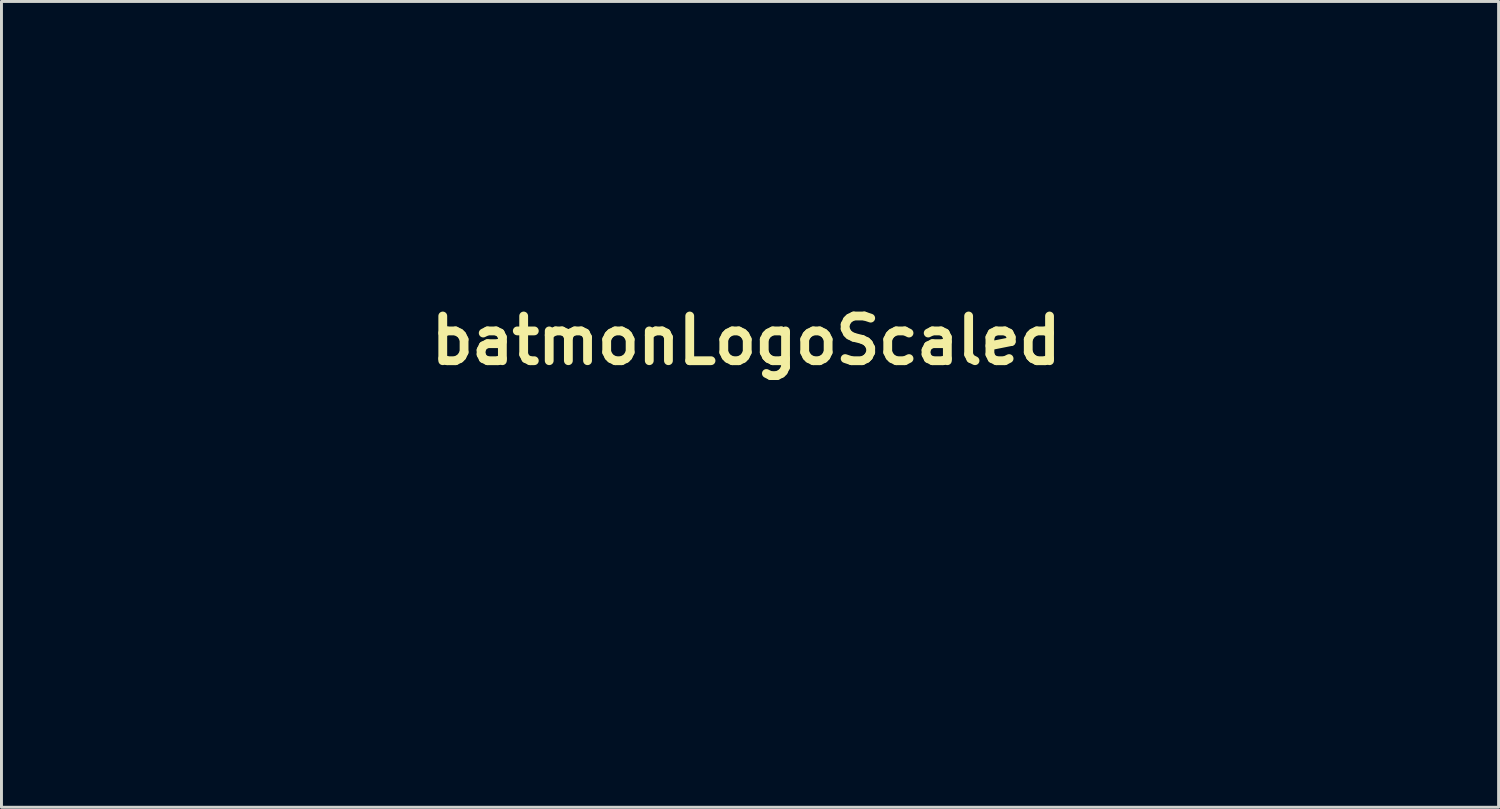
<source format=kicad_pcb>
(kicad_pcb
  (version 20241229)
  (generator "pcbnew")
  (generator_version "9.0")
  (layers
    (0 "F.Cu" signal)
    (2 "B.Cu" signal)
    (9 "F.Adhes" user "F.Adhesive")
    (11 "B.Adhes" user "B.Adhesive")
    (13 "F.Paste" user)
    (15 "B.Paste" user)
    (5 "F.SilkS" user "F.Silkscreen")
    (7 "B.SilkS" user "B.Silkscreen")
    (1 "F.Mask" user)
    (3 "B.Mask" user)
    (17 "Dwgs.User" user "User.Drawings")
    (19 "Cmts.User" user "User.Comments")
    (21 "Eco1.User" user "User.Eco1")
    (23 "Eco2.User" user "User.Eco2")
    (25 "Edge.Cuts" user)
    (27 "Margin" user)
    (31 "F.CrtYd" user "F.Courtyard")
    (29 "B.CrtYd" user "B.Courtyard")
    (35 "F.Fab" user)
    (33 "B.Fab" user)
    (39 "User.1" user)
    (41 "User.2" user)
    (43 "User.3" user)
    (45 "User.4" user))
  (footprint "batmonLogoScaled"
    (layer "F.Cu")
    (at 22.384 8.556)
    (property "Reference" "batmonLogoScaled" (at 0 0 0) (layer "F.SilkS") (effects (font (size 1.524 1.524) (thickness 0.3))))
    (attr through_hole)
    (fp_poly (pts (xy 0.241 12.753) (xy 0.229 12.861) (xy 0.178 12.906) (xy 0.089 12.884) (xy 0.054 12.827) (xy 0.067 12.718) (xy 0.13 12.7) (xy 0.241 12.753)) (stroke (width 0.01) (type solid)) (fill no) (layer "Eco2.User"))
    (fp_poly (pts (xy -3.626 -3.979) (xy -3.022 -3.979) (xy -2.566 -3.97) (xy -2.237 -3.941) (xy -2.016 -3.879) (xy -1.88 -3.773) (xy -1.809 -3.612) (xy -1.782 -3.383) (xy -1.778 -3.074) (xy -1.778 -2.936) (xy -1.778 -2.201) (xy -5.503 -2.201) (xy -5.503 -2.95) (xy -5.503 -3.284) (xy -5.487 -3.537) (xy -5.435 -3.72) (xy -5.326 -3.844) (xy -5.14 -3.92) (xy -4.855 -3.961) (xy -4.452 -3.977) (xy -3.909 -3.979) (xy -3.626 -3.979)) (stroke (width 0.01) (type solid)) (fill no) (layer "Eco2.User"))
    (fp_poly (pts (xy 4.079 -3.979) (xy 4.683 -3.979) (xy 5.139 -3.97) (xy 5.467 -3.941) (xy 5.689 -3.879) (xy 5.825 -3.773) (xy 5.896 -3.612) (xy 5.923 -3.383) (xy 5.927 -3.074) (xy 5.927 -2.936) (xy 5.927 -2.201) (xy 2.201 -2.201) (xy 2.201 -2.95) (xy 2.202 -3.284) (xy 2.218 -3.537) (xy 2.27 -3.72) (xy 2.379 -3.844) (xy 2.565 -3.92) (xy 2.85 -3.961) (xy 3.253 -3.977) (xy 3.796 -3.979) (xy 4.079 -3.979)) (stroke (width 0.01) (type solid)) (fill no) (layer "Eco2.User"))
    (fp_poly (pts (xy 2.821 -8.473) (xy 2.854 -8.259) (xy 2.885 -7.945) (xy 2.907 -7.641) (xy 2.935 -7.202) (xy 2.968 -6.767) (xy 3 -6.4) (xy 3.016 -6.244) (xy 3.072 -5.757) (xy -2.79 -5.757) (xy -2.751 -5.99) (xy -2.729 -6.162) (xy -2.698 -6.461) (xy -2.662 -6.848) (xy -2.624 -7.281) (xy -2.621 -7.322) (xy -2.584 -7.735) (xy -2.548 -8.082) (xy -2.518 -8.332) (xy -2.497 -8.451) (xy -2.494 -8.456) (xy -2.403 -8.447) (xy -2.263 -8.284) (xy -2.071 -7.966) (xy -1.827 -7.491) (xy -1.773 -7.379) (xy -1.593 -7.004) (xy -1.433 -6.67) (xy -1.31 -6.414) (xy -1.247 -6.284) (xy -1.207 -6.212) (xy -1.149 -6.16) (xy -1.047 -6.128) (xy -0.874 -6.11) (xy -0.604 -6.105) (xy -0.21 -6.109) (xy 0.154 -6.115) (xy 0.672 -6.127) (xy 1.043 -6.144) (xy 1.292 -6.168) (xy 1.443 -6.201) (xy 1.518 -6.247) (xy 1.53 -6.265) (xy 1.592 -6.387) (xy 1.711 -6.627) (xy 1.871 -6.952) (xy 2.056 -7.328) (xy 2.073 -7.363) (xy 2.303 -7.825) (xy 2.474 -8.154) (xy 2.599 -8.371) (xy 2.691 -8.494) (xy 2.761 -8.546) (xy 2.792 -8.551) (xy 2.821 -8.473)) (stroke (width 0.01) (type solid)) (fill no) (layer "Eco2.User"))
    (fp_poly (pts (xy -10.099 -7.503) (xy -10.119 -7.417) (xy -10.225 -7.257) (xy -10.269 -7.202) (xy -10.665 -6.606) (xy -10.918 -5.943) (xy -11.032 -5.233) (xy -11.009 -4.497) (xy -10.851 -3.756) (xy -10.561 -3.031) (xy -10.141 -2.344) (xy -9.645 -1.765) (xy -9.059 -1.179) (xy -9.059 8.209) (xy -9.655 7.824) (xy -10.48 7.356) (xy -11.26 7.051) (xy -11.994 6.908) (xy -12.686 6.928) (xy -13.336 7.11) (xy -13.945 7.454) (xy -14.31 7.756) (xy -14.679 8.188) (xy -14.898 8.663) (xy -14.973 9.199) (xy -14.907 9.812) (xy -14.855 10.036) (xy -14.745 10.356) (xy -14.567 10.766) (xy -14.346 11.213) (xy -14.109 11.646) (xy -13.881 12.014) (xy -13.831 12.086) (xy -13.756 12.207) (xy -13.767 12.26) (xy -13.884 12.246) (xy -14.129 12.166) (xy -14.266 12.117) (xy -15.571 11.584) (xy -16.798 10.96) (xy -17.933 10.257) (xy -18.961 9.485) (xy -19.868 8.656) (xy -20.641 7.78) (xy -21.265 6.869) (xy -21.46 6.516) (xy -21.832 5.734) (xy -22.096 5.018) (xy -22.267 4.314) (xy -22.356 3.569) (xy -22.379 2.836) (xy -22.376 2.354) (xy -22.36 1.992) (xy -22.325 1.701) (xy -22.266 1.433) (xy -22.176 1.138) (xy -22.149 1.058) (xy -21.709 0.011) (xy -21.124 -0.96) (xy -20.387 -1.868) (xy -20.081 -2.183) (xy -19.082 -3.075) (xy -17.939 -3.925) (xy -16.648 -4.736) (xy -15.204 -5.509) (xy -13.602 -6.247) (xy -11.839 -6.953) (xy -11.557 -7.057) (xy -11.002 -7.257) (xy -10.591 -7.397) (xy -10.311 -7.481) (xy -10.15 -7.512) (xy -10.099 -7.503)) (stroke (width 0.01) (type solid)) (fill no) (layer "Eco2.User"))
    (fp_poly (pts (xy 10.536 -7.506) (xy 10.796 -7.426) (xy 11.154 -7.305) (xy 11.581 -7.155) (xy 12.048 -6.985) (xy 12.525 -6.806) (xy 12.983 -6.63) (xy 13.392 -6.466) (xy 13.504 -6.419) (xy 15.158 -5.676) (xy 16.652 -4.899) (xy 17.985 -4.091) (xy 19.155 -3.253) (xy 20.162 -2.384) (xy 21.005 -1.486) (xy 21.682 -0.559) (xy 22.004 0) (xy 22.246 0.492) (xy 22.419 0.922) (xy 22.535 1.335) (xy 22.604 1.78) (xy 22.636 2.304) (xy 22.642 2.879) (xy 22.622 3.63) (xy 22.556 4.27) (xy 22.434 4.853) (xy 22.244 5.433) (xy 21.974 6.065) (xy 21.922 6.175) (xy 21.354 7.18) (xy 20.632 8.138) (xy 19.765 9.04) (xy 18.764 9.877) (xy 17.64 10.642) (xy 16.403 11.325) (xy 15.064 11.918) (xy 14.906 11.979) (xy 14.531 12.121) (xy 14.286 12.211) (xy 14.143 12.258) (xy 14.076 12.269) (xy 14.056 12.253) (xy 14.055 12.24) (xy 14.096 12.156) (xy 14.206 11.962) (xy 14.367 11.691) (xy 14.471 11.518) (xy 14.882 10.742) (xy 15.14 10.023) (xy 15.245 9.362) (xy 15.196 8.764) (xy 15.032 8.306) (xy 14.79 7.925) (xy 14.47 7.609) (xy 14.035 7.326) (xy 13.725 7.169) (xy 13.119 6.961) (xy 12.487 6.9) (xy 11.819 6.986) (xy 11.102 7.222) (xy 10.324 7.608) (xy 10.303 7.621) (xy 9.61 8.018) (xy 9.588 3.32) (xy 9.566 -1.377) (xy 9.969 -1.782) (xy 10.526 -2.456) (xy 10.945 -3.214) (xy 11.217 -4.033) (xy 11.324 -4.784) (xy 11.311 -5.471) (xy 11.174 -6.086) (xy 10.901 -6.679) (xy 10.703 -6.991) (xy 10.538 -7.245) (xy 10.43 -7.436) (xy 10.399 -7.531) (xy 10.405 -7.535) (xy 10.536 -7.506)) (stroke (width 0.01) (type solid)) (fill no) (layer "Eco2.User"))
    (fp_poly (pts (xy -0.451 -1.439) (xy 0.212 -1.439) (xy 1.532 -1.44) (xy 2.693 -1.44) (xy 3.706 -1.439) (xy 4.582 -1.436) (xy 5.331 -1.431) (xy 5.963 -1.423) (xy 6.49 -1.411) (xy 6.922 -1.395) (xy 7.27 -1.373) (xy 7.543 -1.344) (xy 7.754 -1.309) (xy 7.912 -1.266) (xy 8.029 -1.215) (xy 8.114 -1.154) (xy 8.178 -1.083) (xy 8.232 -1.002) (xy 8.287 -0.908) (xy 8.317 -0.859) (xy 8.509 -0.55) (xy 8.509 4.276) (xy 8.509 5.342) (xy 8.508 6.252) (xy 8.505 7.019) (xy 8.499 7.656) (xy 8.488 8.177) (xy 8.47 8.596) (xy 8.445 8.924) (xy 8.41 9.176) (xy 8.365 9.364) (xy 8.309 9.503) (xy 8.239 9.605) (xy 8.155 9.683) (xy 8.055 9.751) (xy 7.937 9.823) (xy 7.933 9.825) (xy 7.882 9.853) (xy 7.821 9.879) (xy 7.739 9.901) (xy 7.627 9.919) (xy 7.472 9.935) (xy 7.264 9.949) (xy 6.992 9.96) (xy 6.646 9.969) (xy 6.214 9.975) (xy 5.687 9.981) (xy 5.052 9.985) (xy 4.3 9.987) (xy 3.419 9.989) (xy 2.399 9.99) (xy 1.229 9.99) (xy 0.212 9.99) (xy -1.082 9.99) (xy -2.218 9.989) (xy -3.206 9.988) (xy -4.057 9.987) (xy -4.782 9.984) (xy -5.391 9.98) (xy -5.896 9.974) (xy -6.308 9.967) (xy -6.636 9.957) (xy -6.892 9.946) (xy -7.087 9.932) (xy -7.232 9.915) (xy -7.337 9.896) (xy -7.413 9.873) (xy -7.471 9.847) (xy -7.51 9.825) (xy -7.628 9.753) (xy -7.729 9.685) (xy -7.814 9.607) (xy -7.884 9.506) (xy -7.941 9.369) (xy -7.986 9.182) (xy -8.02 8.932) (xy -8.046 8.606) (xy -8.064 8.191) (xy -8.075 7.673) (xy -8.082 7.039) (xy -8.085 6.276) (xy -8.086 5.37) (xy -8.086 4.309) (xy -8.086 3.641) (xy -6.265 3.641) (xy -6.265 4.911) (xy -2.371 4.911) (xy -2.371 4.903) (xy 2.702 4.903) (xy 3.362 4.928) (xy 4.022 4.953) (xy 4.046 5.609) (xy 4.071 6.265) (xy 5.327 6.265) (xy 5.352 5.609) (xy 5.376 4.953) (xy 6.032 4.928) (xy 6.689 4.904) (xy 6.689 3.641) (xy 5.334 3.641) (xy 5.334 2.371) (xy 4.064 2.371) (xy 4.064 3.634) (xy 3.408 3.658) (xy 2.752 3.683) (xy 2.727 4.293) (xy 2.702 4.903) (xy -2.371 4.903) (xy -2.371 3.641) (xy -6.265 3.641) (xy -8.086 3.641) (xy -8.086 -0.55) (xy -7.894 -0.859) (xy -7.835 -0.958) (xy -7.782 -1.045) (xy -7.723 -1.121) (xy -7.65 -1.186) (xy -7.55 -1.242) (xy -7.414 -1.289) (xy -7.23 -1.328) (xy -6.988 -1.36) (xy -6.678 -1.385) (xy -6.288 -1.404) (xy -5.809 -1.418) (xy -5.229 -1.428) (xy -4.538 -1.434) (xy -3.725 -1.438) (xy -2.78 -1.439) (xy -1.692 -1.44) (xy -0.451 -1.439)) (stroke (width 0.01) (type solid)) (fill no) (layer "Eco2.User")))
  (gr_rect
    (start -3 -3)
    (end 48.032 24.468)
    (stroke (width 0.1) (type default))
    (fill no)
    (layer "Edge.Cuts")))
</source>
